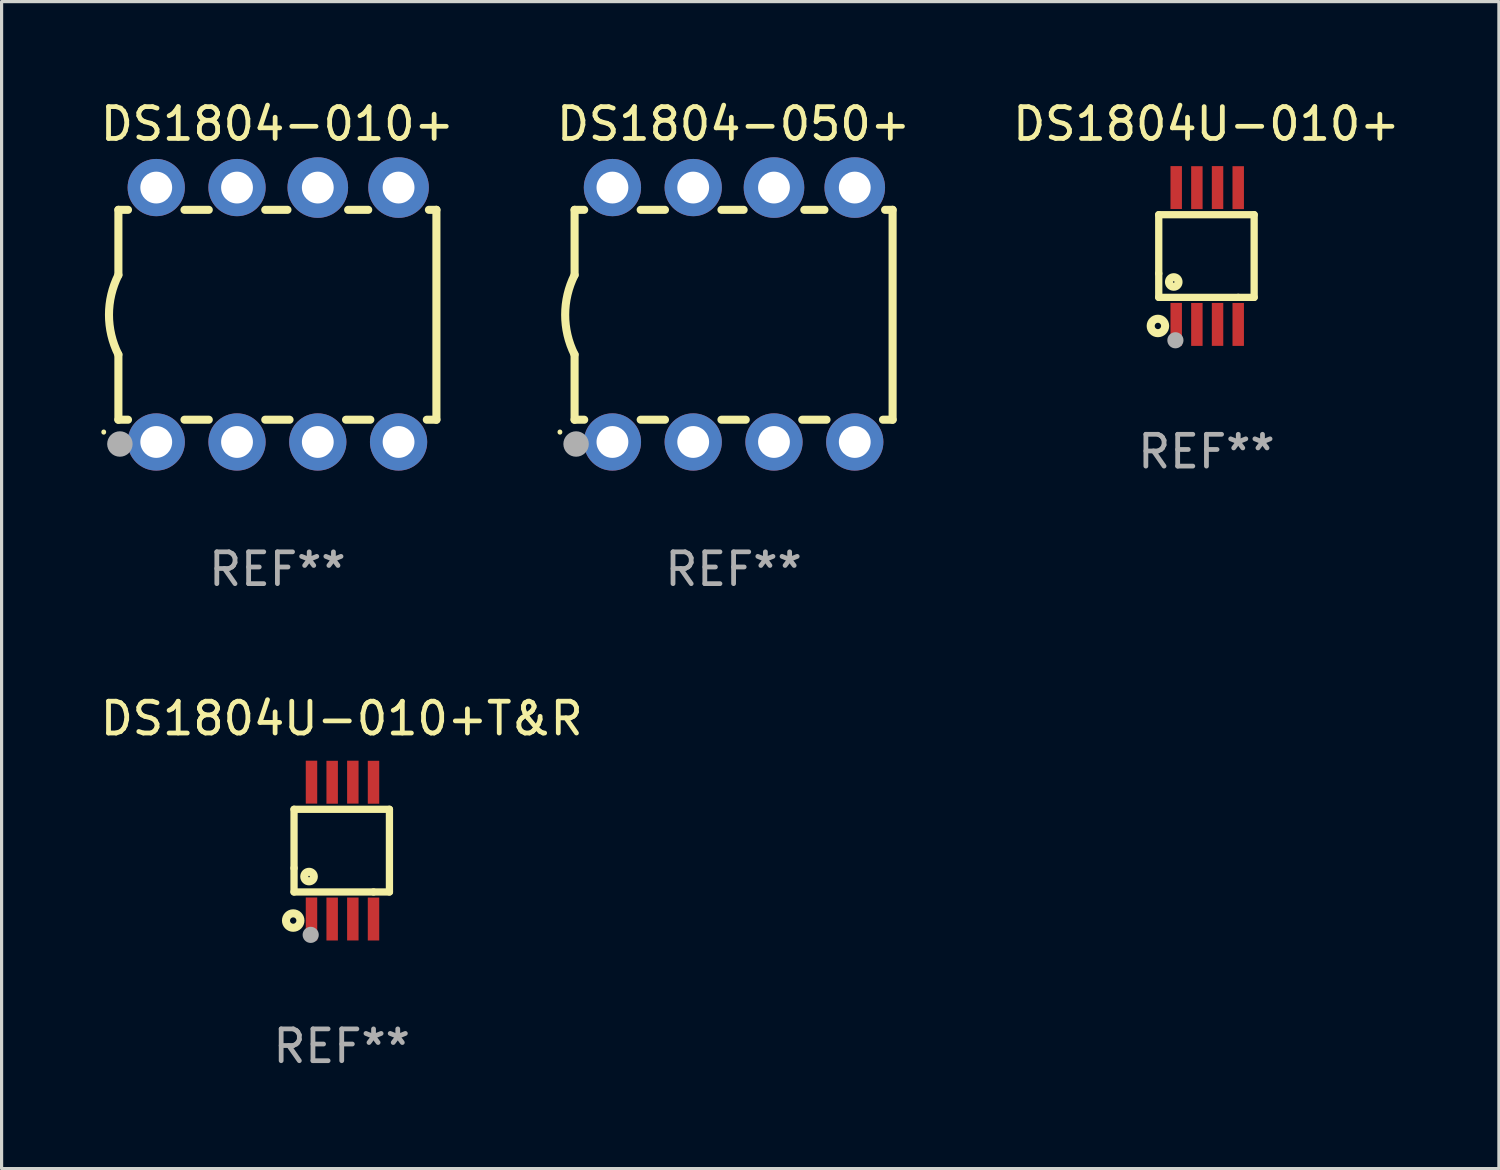
<source format=kicad_pcb>
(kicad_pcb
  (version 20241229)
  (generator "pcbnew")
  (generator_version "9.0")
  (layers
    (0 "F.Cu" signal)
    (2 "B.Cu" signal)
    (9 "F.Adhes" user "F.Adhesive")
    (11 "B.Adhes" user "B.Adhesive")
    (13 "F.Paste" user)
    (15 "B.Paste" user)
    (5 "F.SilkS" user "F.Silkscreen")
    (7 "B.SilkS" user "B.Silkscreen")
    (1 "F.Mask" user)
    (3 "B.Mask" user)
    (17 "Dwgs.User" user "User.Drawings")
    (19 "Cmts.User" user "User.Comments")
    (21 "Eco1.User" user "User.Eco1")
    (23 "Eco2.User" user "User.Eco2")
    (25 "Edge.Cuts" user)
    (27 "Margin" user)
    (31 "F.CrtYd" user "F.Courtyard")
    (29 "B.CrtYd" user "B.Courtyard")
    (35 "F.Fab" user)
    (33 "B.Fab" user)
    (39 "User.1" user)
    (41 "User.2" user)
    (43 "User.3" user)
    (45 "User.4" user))
  (footprint "DS1804-010+"
    (layer "F.Cu")
    (at 5.673 6.848)
    (property "Reference" "DS1804-010+" (at 0 -6 0) (layer "F.SilkS") (effects (font (size 1 1) (thickness 0.15))))
    (attr through_hole)
    (fp_line (start -5 -3.3) (end -5 -1.25) (stroke (width 0.254) (type solid)) (layer "F.SilkS"))
    (fp_line (start -5 -3.3) (end -4.698 -3.3) (stroke (width 0.254) (type solid)) (layer "F.SilkS"))
    (fp_line (start -5 3.3) (end -5 1.25) (stroke (width 0.254) (type solid)) (layer "F.SilkS"))
    (fp_line (start -5 3.3) (end -4.698 3.3) (stroke (width 0.254) (type solid)) (layer "F.SilkS"))
    (fp_line (start -2.922 -3.3) (end -2.158 -3.3) (stroke (width 0.254) (type solid)) (layer "F.SilkS"))
    (fp_line (start -2.922 3.3) (end -2.158 3.3) (stroke (width 0.254) (type solid)) (layer "F.SilkS"))
    (fp_line (start -0.382 -3.3) (end 0.316 -3.3) (stroke (width 0.254) (type solid)) (layer "F.SilkS"))
    (fp_line (start -0.382 3.3) (end 0.382 3.3) (stroke (width 0.254) (type solid)) (layer "F.SilkS"))
    (fp_line (start 2.158 3.3) (end 2.922 3.3) (stroke (width 0.254) (type solid)) (layer "F.SilkS"))
    (fp_line (start 2.224 -3.3) (end 2.856 -3.3) (stroke (width 0.254) (type solid)) (layer "F.SilkS"))
    (fp_line (start 4.698 3.3) (end 5 3.3) (stroke (width 0.254) (type solid)) (layer "F.SilkS"))
    (fp_line (start 4.764 -3.3) (end 5 -3.3) (stroke (width 0.254) (type solid)) (layer "F.SilkS"))
    (fp_line (start 5 -3.3) (end 5 3.3) (stroke (width 0.254) (type solid)) (layer "F.SilkS"))
    (fp_arc (start -5.46124 3.694259) (mid -5.461175 3.688632) (end -5.460986 3.683007) (stroke (width 0.149987) (type solid)) (layer "F.SilkS"))
    (fp_arc (start -5.00127 1.249682) (mid -5.295892 -0.000313) (end -5.000025 -1.250013) (stroke (width 0.254001) (type solid)) (layer "F.SilkS"))
    (fp_circle (center -4.795 4.237) (end -4.765 4.237) (stroke (width 0.06) (type solid)) (fill no) (layer "F.SilkS"))
    (fp_circle (center -4.953 4.064) (end -4.753 4.064) (stroke (width 0.4) (type solid)) (fill no) (layer "F.Fab"))
    (fp_text user "REF**" (at 0 8 0) (layer "F.Fab") (effects (font (size 1 1) (thickness 0.15))))
    (pad "1" thru_hole circle (at -3.81 4) (size 1.8 1.8) (drill 1) (layers "*.Cu" "*.Mask"))
    (pad "2" thru_hole circle (at -1.27 4) (size 1.8 1.8) (drill 1) (layers "*.Cu" "*.Mask"))
    (pad "3" thru_hole circle (at 1.27 4) (size 1.8 1.8) (drill 1) (layers "*.Cu" "*.Mask"))
    (pad "4" thru_hole circle (at 3.81 4) (size 1.8 1.8) (drill 1) (layers "*.Cu" "*.Mask"))
    (pad "5" thru_hole circle (at 3.81 -4) (size 1.905 1.905) (drill 1) (layers "*.Cu" "*.Mask"))
    (pad "6" thru_hole circle (at 1.27 -4) (size 1.905 1.905) (drill 1) (layers "*.Cu" "*.Mask"))
    (pad "7" thru_hole circle (at -1.27 -4) (size 1.8 1.8) (drill 1) (layers "*.Cu" "*.Mask"))
    (pad "8" thru_hole circle (at -3.81 -4) (size 1.8 1.8) (drill 1) (layers "*.Cu" "*.Mask")))
  (footprint "DS1804-050+"
    (layer "F.Cu")
    (at 20.018 6.848)
    (property "Reference" "DS1804-050+" (at 0 -6 0) (layer "F.SilkS") (effects (font (size 1 1) (thickness 0.15))))
    (attr through_hole)
    (fp_line (start -5 -3.3) (end -5 -1.25) (stroke (width 0.254) (type solid)) (layer "F.SilkS"))
    (fp_line (start -5 -3.3) (end -4.698 -3.3) (stroke (width 0.254) (type solid)) (layer "F.SilkS"))
    (fp_line (start -5 3.3) (end -5 1.25) (stroke (width 0.254) (type solid)) (layer "F.SilkS"))
    (fp_line (start -5 3.3) (end -4.698 3.3) (stroke (width 0.254) (type solid)) (layer "F.SilkS"))
    (fp_line (start -2.922 -3.3) (end -2.158 -3.3) (stroke (width 0.254) (type solid)) (layer "F.SilkS"))
    (fp_line (start -2.922 3.3) (end -2.158 3.3) (stroke (width 0.254) (type solid)) (layer "F.SilkS"))
    (fp_line (start -0.382 -3.3) (end 0.316 -3.3) (stroke (width 0.254) (type solid)) (layer "F.SilkS"))
    (fp_line (start -0.382 3.3) (end 0.382 3.3) (stroke (width 0.254) (type solid)) (layer "F.SilkS"))
    (fp_line (start 2.158 3.3) (end 2.922 3.3) (stroke (width 0.254) (type solid)) (layer "F.SilkS"))
    (fp_line (start 2.224 -3.3) (end 2.856 -3.3) (stroke (width 0.254) (type solid)) (layer "F.SilkS"))
    (fp_line (start 4.698 3.3) (end 5 3.3) (stroke (width 0.254) (type solid)) (layer "F.SilkS"))
    (fp_line (start 4.764 -3.3) (end 5 -3.3) (stroke (width 0.254) (type solid)) (layer "F.SilkS"))
    (fp_line (start 5 -3.3) (end 5 3.3) (stroke (width 0.254) (type solid)) (layer "F.SilkS"))
    (fp_arc (start -5.46124 3.694259) (mid -5.461175 3.688632) (end -5.460986 3.683007) (stroke (width 0.149987) (type solid)) (layer "F.SilkS"))
    (fp_arc (start -5.00127 1.249682) (mid -5.295892 -0.000313) (end -5.000025 -1.250013) (stroke (width 0.254001) (type solid)) (layer "F.SilkS"))
    (fp_circle (center -4.795 4.237) (end -4.765 4.237) (stroke (width 0.06) (type solid)) (fill no) (layer "F.SilkS"))
    (fp_circle (center -4.953 4.064) (end -4.753 4.064) (stroke (width 0.4) (type solid)) (fill no) (layer "F.Fab"))
    (fp_text user "REF**" (at 0 8 0) (layer "F.Fab") (effects (font (size 1 1) (thickness 0.15))))
    (pad "1" thru_hole circle (at -3.81 4) (size 1.8 1.8) (drill 1) (layers "*.Cu" "*.Mask"))
    (pad "2" thru_hole circle (at -1.27 4) (size 1.8 1.8) (drill 1) (layers "*.Cu" "*.Mask"))
    (pad "3" thru_hole circle (at 1.27 4) (size 1.8 1.8) (drill 1) (layers "*.Cu" "*.Mask"))
    (pad "4" thru_hole circle (at 3.81 4) (size 1.8 1.8) (drill 1) (layers "*.Cu" "*.Mask"))
    (pad "5" thru_hole circle (at 3.81 -4) (size 1.905 1.905) (drill 1) (layers "*.Cu" "*.Mask"))
    (pad "6" thru_hole circle (at 1.27 -4) (size 1.905 1.905) (drill 1) (layers "*.Cu" "*.Mask"))
    (pad "7" thru_hole circle (at -1.27 -4) (size 1.8 1.8) (drill 1) (layers "*.Cu" "*.Mask"))
    (pad "8" thru_hole circle (at -3.81 -4) (size 1.8 1.8) (drill 1) (layers "*.Cu" "*.Mask")))
  (footprint "DS1804U-010+"
    (layer "F.Cu")
    (at 34.887 5)
    (property "Reference" "DS1804U-010+" (at 0 -4.152 0) (layer "F.SilkS") (effects (font (size 1 1) (thickness 0.15))))
    (attr through_hole)
    (fp_line (start -1.5 1.301) (end 1 1.301) (stroke (width 0.229) (type solid)) (layer "F.SilkS"))
    (fp_line (start -1.5 -1.299) (end -1.5 0.551) (stroke (width 0.229) (type solid)) (layer "F.SilkS"))
    (fp_line (start -1.5 0.551) (end -1.5 1.301) (stroke (width 0.229) (type solid)) (layer "F.SilkS"))
    (fp_line (start 1 1.301) (end 1.5 1.301) (stroke (width 0.229) (type solid)) (layer "F.SilkS"))
    (fp_line (start 1.5 1.301) (end 1.5 -1.299) (stroke (width 0.229) (type solid)) (layer "F.SilkS"))
    (fp_line (start 1.5 -1.299) (end -1.5 -1.299) (stroke (width 0.229) (type solid)) (layer "F.SilkS"))
    (fp_circle (center -1.526 2.2) (end -1.426 2.2) (stroke (width 0.254) (type solid)) (fill no) (layer "F.SilkS"))
    (fp_circle (center -1.476 2.45) (end -1.446 2.45) (stroke (width 0.06) (type solid)) (fill no) (layer "F.SilkS"))
    (fp_circle (center -1.028 0.817) (end -0.878 0.817) (stroke (width 0.254) (type solid)) (fill no) (layer "F.SilkS"))
    (fp_circle (center -0.976 2.65) (end -0.849 2.65) (stroke (width 0.254) (type solid)) (fill no) (layer "F.Fab"))
    (fp_text user "REF**" (at 0 6.152 0) (layer "F.Fab") (effects (font (size 1 1) (thickness 0.15))))
    (pad "1" smd rect (at -0.951 2.15) (size 0.36 1.35) (layers "F.Cu" "F.Mask" "F.Paste"))
    (pad "2" smd rect (at -0.301 2.152) (size 0.36 1.35) (layers "F.Cu" "F.Mask" "F.Paste"))
    (pad "3" smd rect (at 0.349 2.151) (size 0.36 1.35) (layers "F.Cu" "F.Mask" "F.Paste"))
    (pad "4" smd rect (at 0.999 2.152) (size 0.36 1.35) (layers "F.Cu" "F.Mask" "F.Paste"))
    (pad "5" smd rect (at 0.999 -2.149) (size 0.36 1.35) (layers "F.Cu" "F.Mask" "F.Paste"))
    (pad "6" smd rect (at 0.349 -2.152) (size 0.36 1.35) (layers "F.Cu" "F.Mask" "F.Paste"))
    (pad "7" smd rect (at -0.301 -2.149) (size 0.36 1.35) (layers "F.Cu" "F.Mask" "F.Paste"))
    (pad "8" smd rect (at -0.951 -2.152) (size 0.36 1.35) (layers "F.Cu" "F.Mask" "F.Paste")))
  (footprint "DS1804U-010+T&R"
    (layer "F.Cu")
    (at 7.696 23.697)
    (property "Reference" "DS1804U-010+T&R" (at 0 -4.152 0) (layer "F.SilkS") (effects (font (size 1 1) (thickness 0.15))))
    (attr through_hole)
    (fp_line (start -1.5 1.301) (end 1 1.301) (stroke (width 0.229) (type solid)) (layer "F.SilkS"))
    (fp_line (start -1.5 -1.299) (end -1.5 0.551) (stroke (width 0.229) (type solid)) (layer "F.SilkS"))
    (fp_line (start -1.5 0.551) (end -1.5 1.301) (stroke (width 0.229) (type solid)) (layer "F.SilkS"))
    (fp_line (start 1 1.301) (end 1.5 1.301) (stroke (width 0.229) (type solid)) (layer "F.SilkS"))
    (fp_line (start 1.5 1.301) (end 1.5 -1.299) (stroke (width 0.229) (type solid)) (layer "F.SilkS"))
    (fp_line (start 1.5 -1.299) (end -1.5 -1.299) (stroke (width 0.229) (type solid)) (layer "F.SilkS"))
    (fp_circle (center -1.526 2.2) (end -1.426 2.2) (stroke (width 0.254) (type solid)) (fill no) (layer "F.SilkS"))
    (fp_circle (center -1.476 2.45) (end -1.446 2.45) (stroke (width 0.06) (type solid)) (fill no) (layer "F.SilkS"))
    (fp_circle (center -1.028 0.817) (end -0.878 0.817) (stroke (width 0.254) (type solid)) (fill no) (layer "F.SilkS"))
    (fp_circle (center -0.976 2.65) (end -0.849 2.65) (stroke (width 0.254) (type solid)) (fill no) (layer "F.Fab"))
    (fp_text user "REF**" (at 0 6.152 0) (layer "F.Fab") (effects (font (size 1 1) (thickness 0.15))))
    (pad "1" smd rect (at -0.951 2.15) (size 0.36 1.35) (layers "F.Cu" "F.Mask" "F.Paste"))
    (pad "2" smd rect (at -0.301 2.152) (size 0.36 1.35) (layers "F.Cu" "F.Mask" "F.Paste"))
    (pad "3" smd rect (at 0.349 2.151) (size 0.36 1.35) (layers "F.Cu" "F.Mask" "F.Paste"))
    (pad "4" smd rect (at 0.999 2.152) (size 0.36 1.35) (layers "F.Cu" "F.Mask" "F.Paste"))
    (pad "5" smd rect (at 0.999 -2.149) (size 0.36 1.35) (layers "F.Cu" "F.Mask" "F.Paste"))
    (pad "6" smd rect (at 0.349 -2.152) (size 0.36 1.35) (layers "F.Cu" "F.Mask" "F.Paste"))
    (pad "7" smd rect (at -0.301 -2.149) (size 0.36 1.35) (layers "F.Cu" "F.Mask" "F.Paste"))
    (pad "8" smd rect (at -0.951 -2.152) (size 0.36 1.35) (layers "F.Cu" "F.Mask" "F.Paste")))
  (gr_rect
    (start -3 -3)
    (end 44.083 33.697)
    (stroke (width 0.1) (type default))
    (fill no)
    (layer "Edge.Cuts")))
</source>
